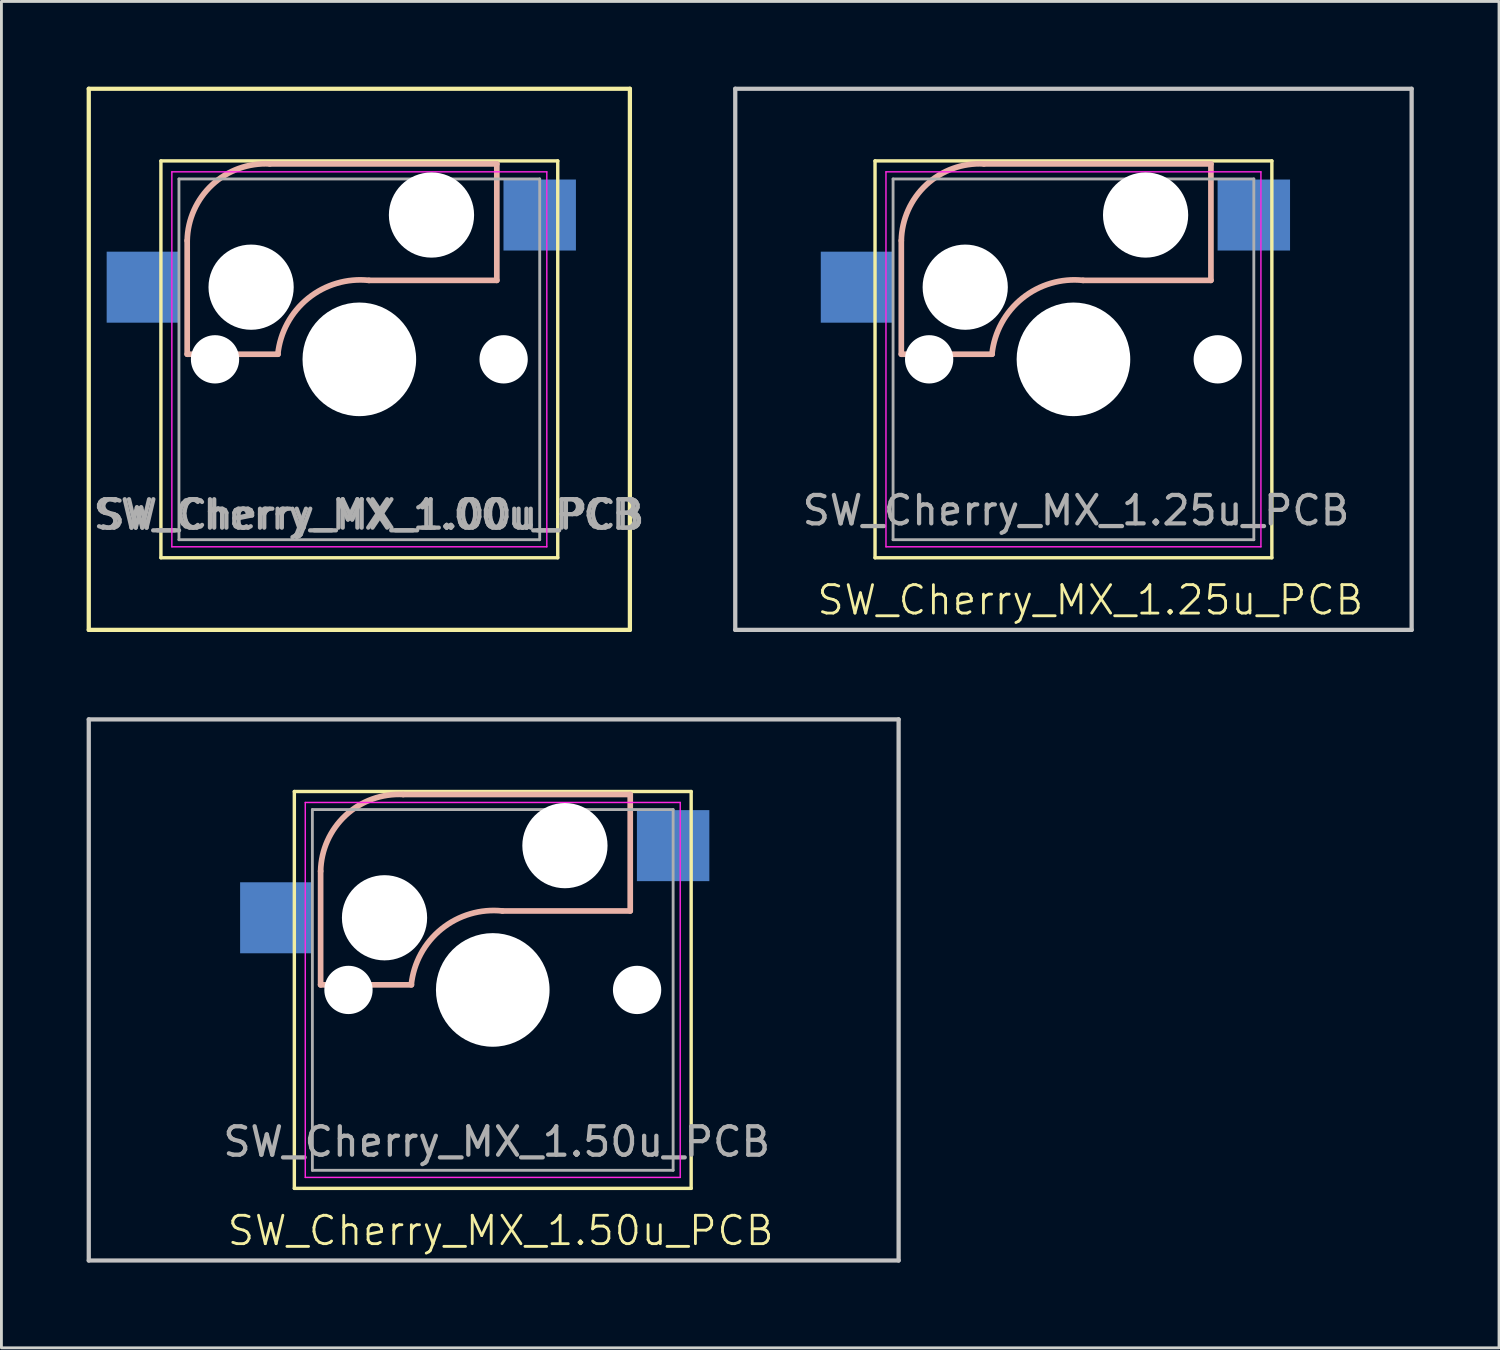
<source format=kicad_pcb>
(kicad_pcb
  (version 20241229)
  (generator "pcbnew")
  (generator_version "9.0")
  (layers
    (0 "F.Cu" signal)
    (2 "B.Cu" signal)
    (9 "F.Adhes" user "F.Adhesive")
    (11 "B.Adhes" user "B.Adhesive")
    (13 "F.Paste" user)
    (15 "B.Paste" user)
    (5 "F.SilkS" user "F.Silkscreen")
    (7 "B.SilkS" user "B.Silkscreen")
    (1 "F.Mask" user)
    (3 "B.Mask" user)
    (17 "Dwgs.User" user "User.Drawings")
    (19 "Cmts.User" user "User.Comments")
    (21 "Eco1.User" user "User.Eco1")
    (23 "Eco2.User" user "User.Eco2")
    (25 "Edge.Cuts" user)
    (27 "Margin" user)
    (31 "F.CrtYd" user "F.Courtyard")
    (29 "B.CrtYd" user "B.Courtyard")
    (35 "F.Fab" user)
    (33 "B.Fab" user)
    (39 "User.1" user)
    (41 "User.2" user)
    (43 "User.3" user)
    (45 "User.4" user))
  (footprint "SW_Cherry_MX_1.50u_PCB"
    (layer "F.Cu")
    (at 14.575 31.775)
    (property "Reference" "SW_Cherry_MX_1.50u_PCB" (at 0 8.5 0) (unlocked yes) (layer "F.SilkS") (effects (font (size 1 1) (thickness 0.1))))
    (attr smd)
    (fp_line (start -7.263 -6.96) (end 6.707 -6.96) (stroke (width 0.12) (type solid)) (layer "F.SilkS"))
    (fp_line (start -7.263 7.01) (end -7.263 -6.96) (stroke (width 0.12) (type solid)) (layer "F.SilkS"))
    (fp_line (start 6.707 -6.96) (end 6.707 7.01) (stroke (width 0.12) (type solid)) (layer "F.SilkS"))
    (fp_line (start 6.707 7.01) (end -7.263 7.01) (stroke (width 0.12) (type solid)) (layer "F.SilkS"))
    (fp_line (start -6.338 -4.155) (end -6.338 -0.155) (stroke (width 0.2) (type default)) (layer "B.SilkS"))
    (fp_line (start -6.338 -0.155) (end -3.138 -0.155) (stroke (width 0.2) (type default)) (layer "B.SilkS"))
    (fp_line (start 4.562 -6.855) (end -3.429 -6.855) (stroke (width 0.2) (type default)) (layer "B.SilkS"))
    (fp_line (start 4.562 -6.855) (end 4.562 -2.755) (stroke (width 0.2) (type default)) (layer "B.SilkS"))
    (fp_line (start 4.562 -2.755) (end 0.062 -2.755) (stroke (width 0.2) (type default)) (layer "B.SilkS"))
    (fp_arc (start -6.337499 -4.155) (mid -5.456368 -6.122002) (end -3.4295 -6.855) (stroke (width 0.2) (type default)) (layer "B.SilkS"))
    (fp_arc (start -3.146339 -0.155915) (mid -2.081342 -2.121431) (end 0.0625 -2.755) (stroke (width 0.2) (type default)) (layer "B.SilkS"))
    (fp_line (start -14.5 -9.5) (end 14.01 -9.5) (stroke (width 0.15) (type solid)) (layer "Dwgs.User"))
    (fp_line (start -14.5 9.55) (end -14.5 -9.5) (stroke (width 0.15) (type solid)) (layer "Dwgs.User"))
    (fp_line (start -14.5 9.55) (end 14.01 9.55) (stroke (width 0.15) (type solid)) (layer "Dwgs.User"))
    (fp_line (start 14.01 -9.5) (end 14.01 9.55) (stroke (width 0.15) (type solid)) (layer "Dwgs.User"))
    (fp_line (start -6.878 -6.575) (end 6.322 -6.575) (stroke (width 0.05) (type solid)) (layer "F.CrtYd"))
    (fp_line (start -6.878 6.625) (end -6.878 -6.575) (stroke (width 0.05) (type solid)) (layer "F.CrtYd"))
    (fp_line (start 6.322 -6.575) (end 6.322 6.625) (stroke (width 0.05) (type solid)) (layer "F.CrtYd"))
    (fp_line (start 6.322 6.625) (end -6.878 6.625) (stroke (width 0.05) (type solid)) (layer "F.CrtYd"))
    (fp_line (start -6.628 -6.325) (end 6.072 -6.325) (stroke (width 0.1) (type solid)) (layer "F.Fab"))
    (fp_line (start -6.628 6.375) (end -6.628 -6.325) (stroke (width 0.1) (type solid)) (layer "F.Fab"))
    (fp_line (start 6.072 -6.325) (end 6.072 6.375) (stroke (width 0.1) (type solid)) (layer "F.Fab"))
    (fp_line (start 6.072 6.375) (end -6.628 6.375) (stroke (width 0.1) (type solid)) (layer "F.Fab"))
    (fp_text user "${REFERENCE}" (at -0.138 5.37 0) (layer "F.Fab") (effects (font (size 1 1) (thickness 0.15))))
    (pad "" np_thru_hole circle (at -5.357 0.025) (size 1.7 1.7) (drill 1.7) (layers "*.Cu" "*.Mask"))
    (pad "" np_thru_hole circle (at -4.088 -2.515) (size 3 3) (drill 3) (layers "*.Cu" "*.Mask"))
    (pad "" np_thru_hole circle (at -0.278 0.025) (size 4 4) (drill 4) (layers "*.Cu" "*.Mask"))
    (pad "" np_thru_hole circle (at 2.263 -5.055) (size 3 3) (drill 3) (layers "*.Cu" "*.Mask"))
    (pad "" np_thru_hole circle (at 4.803 0.025) (size 1.7 1.7) (drill 1.7) (layers "*.Cu" "*.Mask"))
    (pad "1" smd rect (at -7.897 -2.515) (size 2.55 2.5) (layers "B.Cu" "B.Mask" "B.Paste"))
    (pad "2" smd rect (at 6.072 -5.055) (size 2.55 2.5) (layers "B.Cu" "B.Mask" "B.Paste")))
  (footprint "SW_Cherry_MX_1.00u_PCB"
    (layer "F.Cu")
    (at 9.6 9.6)
    (property "Reference" "SW_Cherry_MX_1.00u_PCB" (at 0.415 5.47 0) (layer "F.Fab") (effects (font (size 1 1) (thickness 0.15))))
    (attr through_hole)
    (fp_line (start -9.525 -9.525) (end 9.525 -9.525) (stroke (width 0.15) (type solid)) (layer "F.SilkS"))
    (fp_line (start -9.525 9.525) (end -9.525 -9.525) (stroke (width 0.15) (type solid)) (layer "F.SilkS"))
    (fp_line (start -6.985 -6.985) (end 6.985 -6.985) (stroke (width 0.12) (type solid)) (layer "F.SilkS"))
    (fp_line (start -6.985 6.985) (end -6.985 -6.985) (stroke (width 0.12) (type solid)) (layer "F.SilkS"))
    (fp_line (start 6.985 -6.985) (end 6.985 6.985) (stroke (width 0.12) (type solid)) (layer "F.SilkS"))
    (fp_line (start 6.985 6.985) (end -6.985 6.985) (stroke (width 0.12) (type solid)) (layer "F.SilkS"))
    (fp_line (start 9.525 -9.525) (end 9.525 9.525) (stroke (width 0.15) (type solid)) (layer "F.SilkS"))
    (fp_line (start 9.525 9.525) (end -9.525 9.525) (stroke (width 0.15) (type solid)) (layer "F.SilkS"))
    (fp_line (start -6.06 -4.18) (end -6.06 -0.18) (stroke (width 0.2) (type default)) (layer "B.SilkS"))
    (fp_line (start -6.06 -0.18) (end -2.86 -0.18) (stroke (width 0.2) (type default)) (layer "B.SilkS"))
    (fp_line (start 4.84 -6.88) (end -3.152 -6.88) (stroke (width 0.2) (type default)) (layer "B.SilkS"))
    (fp_line (start 4.84 -6.88) (end 4.84 -2.78) (stroke (width 0.2) (type default)) (layer "B.SilkS"))
    (fp_line (start 4.84 -2.78) (end 0.34 -2.78) (stroke (width 0.2) (type default)) (layer "B.SilkS"))
    (fp_arc (start -6.059999 -4.18) (mid -5.178867 -6.146999) (end -3.152 -6.88) (stroke (width 0.2) (type default)) (layer "B.SilkS"))
    (fp_arc (start -2.868839 -0.180915) (mid -1.803841 -2.146429) (end 0.34 -2.78) (stroke (width 0.2) (type default)) (layer "B.SilkS"))
    (fp_line (start -6.6 -6.6) (end 6.6 -6.6) (stroke (width 0.05) (type solid)) (layer "F.CrtYd"))
    (fp_line (start -6.6 6.6) (end -6.6 -6.6) (stroke (width 0.05) (type solid)) (layer "F.CrtYd"))
    (fp_line (start 6.6 -6.6) (end 6.6 6.6) (stroke (width 0.05) (type solid)) (layer "F.CrtYd"))
    (fp_line (start 6.6 6.6) (end -6.6 6.6) (stroke (width 0.05) (type solid)) (layer "F.CrtYd"))
    (fp_line (start -6.35 -6.35) (end 6.35 -6.35) (stroke (width 0.1) (type solid)) (layer "F.Fab"))
    (fp_line (start -6.35 6.35) (end -6.35 -6.35) (stroke (width 0.1) (type solid)) (layer "F.Fab"))
    (fp_line (start 6.35 -6.35) (end 6.35 6.35) (stroke (width 0.1) (type solid)) (layer "F.Fab"))
    (fp_line (start 6.35 6.35) (end -6.35 6.35) (stroke (width 0.1) (type solid)) (layer "F.Fab"))
    (fp_text user "${REFERENCE}" (at 0.265 5.47 0) (layer "F.Fab") (effects (font (size 1 1) (thickness 0.15))))
    (pad "" np_thru_hole circle (at -5.08 0) (size 1.7 1.7) (drill 1.7) (layers "*.Cu" "*.Mask"))
    (pad "" np_thru_hole circle (at -3.81 -2.54) (size 3 3) (drill 3) (layers "*.Cu" "*.Mask"))
    (pad "" np_thru_hole circle (at 0 0) (size 4 4) (drill 4) (layers "*.Cu" "*.Mask"))
    (pad "" np_thru_hole circle (at 2.54 -5.08) (size 3 3) (drill 3) (layers "*.Cu" "*.Mask"))
    (pad "" np_thru_hole circle (at 5.08 0) (size 1.7 1.7) (drill 1.7) (layers "*.Cu" "*.Mask"))
    (pad "1" smd rect (at -7.62 -2.54) (size 2.55 2.5) (layers "B.Cu" "B.Mask" "B.Paste"))
    (pad "2" smd rect (at 6.35 -5.08) (size 2.55 2.5) (layers "B.Cu" "B.Mask" "B.Paste")))
  (footprint "SW_Cherry_MX_1.25u_PCB"
    (layer "F.Cu")
    (at 34.834 9.575)
    (property "Reference" "SW_Cherry_MX_1.25u_PCB" (at 0.5 8.5 0) (unlocked yes) (layer "F.SilkS") (effects (font (size 1 1) (thickness 0.1))))
    (attr smd)
    (fp_line (start -7.079 -6.96) (end 6.891 -6.96) (stroke (width 0.12) (type solid)) (layer "F.SilkS"))
    (fp_line (start -7.079 7.01) (end -7.079 -6.96) (stroke (width 0.12) (type solid)) (layer "F.SilkS"))
    (fp_line (start 6.891 -6.96) (end 6.891 7.01) (stroke (width 0.12) (type solid)) (layer "F.SilkS"))
    (fp_line (start 6.891 7.01) (end -7.079 7.01) (stroke (width 0.12) (type solid)) (layer "F.SilkS"))
    (fp_line (start -6.154 -4.155) (end -6.154 -0.155) (stroke (width 0.2) (type default)) (layer "B.SilkS"))
    (fp_line (start -6.154 -0.155) (end -2.954 -0.155) (stroke (width 0.2) (type default)) (layer "B.SilkS"))
    (fp_line (start 4.746 -6.855) (end -3.246 -6.855) (stroke (width 0.2) (type default)) (layer "B.SilkS"))
    (fp_line (start 4.746 -6.855) (end 4.746 -2.755) (stroke (width 0.2) (type default)) (layer "B.SilkS"))
    (fp_line (start 4.746 -2.755) (end 0.246 -2.755) (stroke (width 0.2) (type default)) (layer "B.SilkS"))
    (fp_arc (start -6.153749 -4.155) (mid -5.272618 -6.122002) (end -3.24575 -6.855) (stroke (width 0.2) (type default)) (layer "B.SilkS"))
    (fp_arc (start -2.962589 -0.155915) (mid -1.897592 -2.121431) (end 0.24625 -2.755) (stroke (width 0.2) (type default)) (layer "B.SilkS"))
    (fp_line (start -12 -9.5) (end 11.812 -9.5) (stroke (width 0.15) (type solid)) (layer "Dwgs.User"))
    (fp_line (start -12 9.55) (end -12 -9.5) (stroke (width 0.15) (type solid)) (layer "Dwgs.User"))
    (fp_line (start 11.812 -9.5) (end 11.812 9.55) (stroke (width 0.15) (type solid)) (layer "Dwgs.User"))
    (fp_line (start 11.812 9.55) (end -12 9.55) (stroke (width 0.15) (type solid)) (layer "Dwgs.User"))
    (fp_line (start -6.694 -6.575) (end 6.506 -6.575) (stroke (width 0.05) (type solid)) (layer "F.CrtYd"))
    (fp_line (start -6.694 6.625) (end -6.694 -6.575) (stroke (width 0.05) (type solid)) (layer "F.CrtYd"))
    (fp_line (start 6.506 -6.575) (end 6.506 6.625) (stroke (width 0.05) (type solid)) (layer "F.CrtYd"))
    (fp_line (start 6.506 6.625) (end -6.694 6.625) (stroke (width 0.05) (type solid)) (layer "F.CrtYd"))
    (fp_line (start -6.444 -6.325) (end 6.256 -6.325) (stroke (width 0.1) (type solid)) (layer "F.Fab"))
    (fp_line (start -6.444 6.375) (end -6.444 -6.325) (stroke (width 0.1) (type solid)) (layer "F.Fab"))
    (fp_line (start 6.256 -6.325) (end 6.256 6.375) (stroke (width 0.1) (type solid)) (layer "F.Fab"))
    (fp_line (start 6.256 6.375) (end -6.444 6.375) (stroke (width 0.1) (type solid)) (layer "F.Fab"))
    (fp_text user "${REFERENCE}" (at -0.004 5.345 0) (layer "F.Fab") (effects (font (size 1 1) (thickness 0.15))))
    (pad "" np_thru_hole circle (at -5.174 0.025) (size 1.7 1.7) (drill 1.7) (layers "*.Cu" "*.Mask"))
    (pad "" np_thru_hole circle (at -3.904 -2.515) (size 3 3) (drill 3) (layers "*.Cu" "*.Mask"))
    (pad "" np_thru_hole circle (at -0.094 0.025) (size 4 4) (drill 4) (layers "*.Cu" "*.Mask"))
    (pad "" np_thru_hole circle (at 2.446 -5.055) (size 3 3) (drill 3) (layers "*.Cu" "*.Mask"))
    (pad "" np_thru_hole circle (at 4.986 0.025) (size 1.7 1.7) (drill 1.7) (layers "*.Cu" "*.Mask"))
    (pad "1" smd rect (at -7.714 -2.515) (size 2.55 2.5) (layers "B.Cu" "B.Mask" "B.Paste"))
    (pad "2" smd rect (at 6.256 -5.055) (size 2.55 2.5) (layers "B.Cu" "B.Mask" "B.Paste")))
  (gr_rect
    (start -3 -3)
    (end 49.722 44.4)
    (stroke (width 0.1) (type default))
    (fill no)
    (layer "Edge.Cuts")))
</source>
